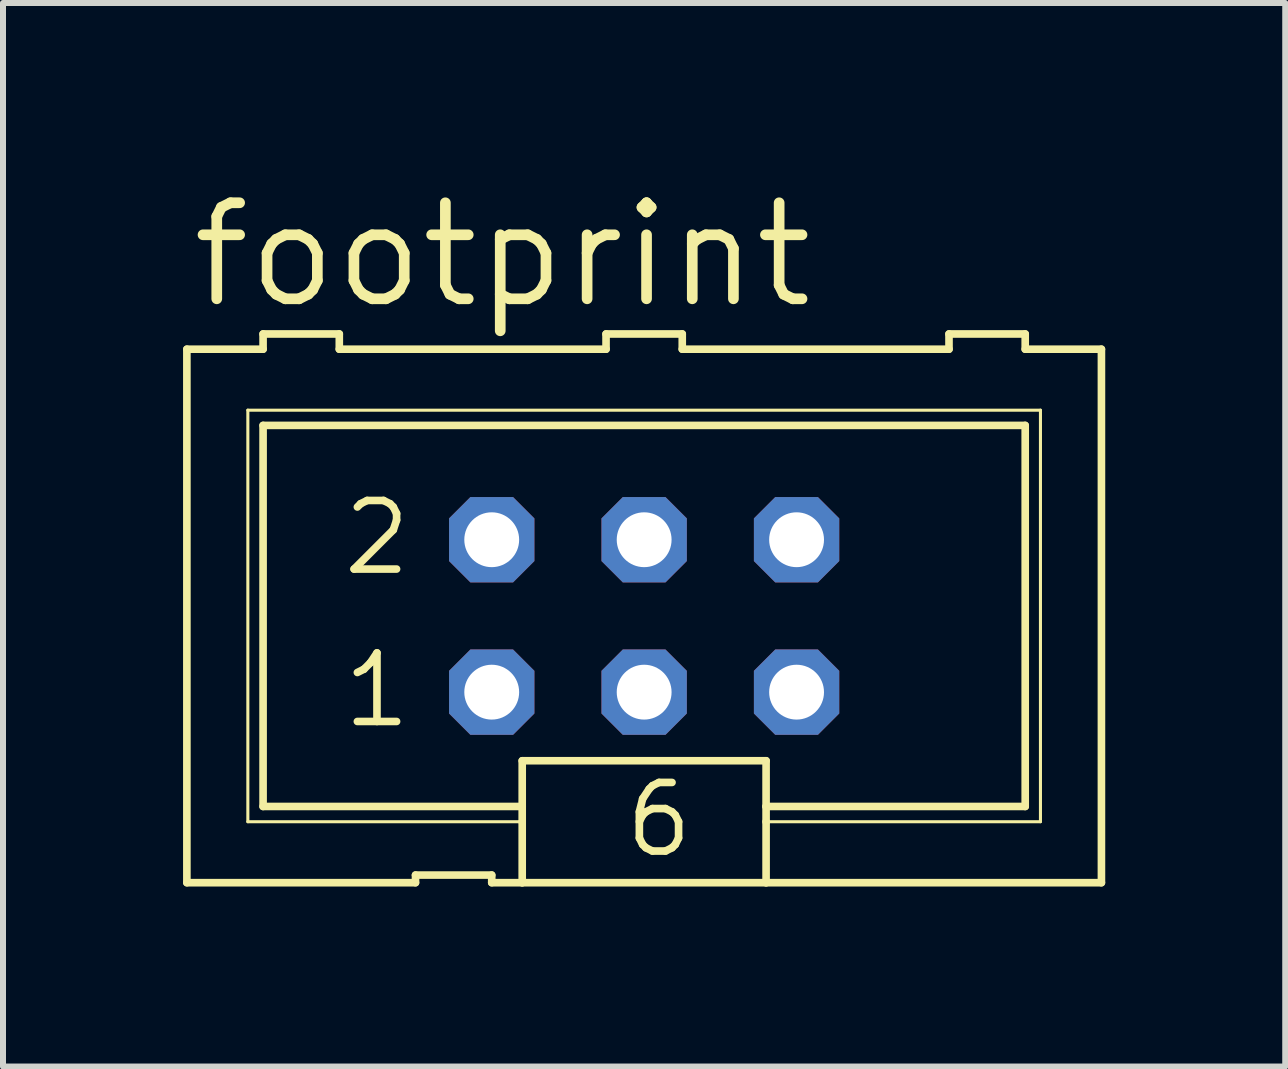
<source format=kicad_pcb>
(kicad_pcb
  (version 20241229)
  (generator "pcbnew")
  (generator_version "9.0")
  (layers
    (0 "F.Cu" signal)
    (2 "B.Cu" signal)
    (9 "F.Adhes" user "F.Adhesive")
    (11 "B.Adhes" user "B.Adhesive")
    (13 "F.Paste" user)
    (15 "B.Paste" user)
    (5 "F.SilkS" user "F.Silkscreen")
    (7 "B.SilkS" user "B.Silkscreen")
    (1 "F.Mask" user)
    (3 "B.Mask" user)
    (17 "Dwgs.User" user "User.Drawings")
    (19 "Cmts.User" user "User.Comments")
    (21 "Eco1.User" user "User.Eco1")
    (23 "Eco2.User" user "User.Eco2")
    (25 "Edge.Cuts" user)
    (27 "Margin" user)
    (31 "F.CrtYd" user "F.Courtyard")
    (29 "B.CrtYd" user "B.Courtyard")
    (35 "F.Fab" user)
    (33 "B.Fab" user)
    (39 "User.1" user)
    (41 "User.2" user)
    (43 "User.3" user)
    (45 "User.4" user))
  (footprint "footprint"
    (layer "F.Cu")
    (at 7.684 7.214)
    (property "Reference" "footprint" (at -7.62 -5.08 0) (layer "F.SilkS") (effects (font (size 1.6 1.6) (thickness 0.178)) (justify left bottom)))
    (fp_line (start -7.62 -4.445) (end -7.62 4.445) (stroke (width 0.127) (type solid)) (layer "F.SilkS"))
    (fp_line (start -7.62 -4.445) (end -6.35 -4.445) (stroke (width 0.127) (type solid)) (layer "F.SilkS"))
    (fp_line (start -6.604 -3.429) (end -6.604 3.429) (stroke (width 0.051) (type solid)) (layer "F.SilkS"))
    (fp_line (start -6.604 3.429) (end -2.032 3.429) (stroke (width 0.051) (type solid)) (layer "F.SilkS"))
    (fp_line (start -6.35 -4.699) (end -6.35 -4.445) (stroke (width 0.127) (type solid)) (layer "F.SilkS"))
    (fp_line (start -6.35 -3.175) (end -6.35 3.175) (stroke (width 0.127) (type solid)) (layer "F.SilkS"))
    (fp_line (start -6.35 -3.175) (end 6.35 -3.175) (stroke (width 0.127) (type solid)) (layer "F.SilkS"))
    (fp_line (start -5.08 -4.699) (end -6.35 -4.699) (stroke (width 0.127) (type solid)) (layer "F.SilkS"))
    (fp_line (start -5.08 -4.699) (end -5.08 -4.445) (stroke (width 0.127) (type solid)) (layer "F.SilkS"))
    (fp_line (start -5.08 -4.445) (end -0.635 -4.445) (stroke (width 0.127) (type solid)) (layer "F.SilkS"))
    (fp_line (start -3.81 4.445) (end -7.62 4.445) (stroke (width 0.127) (type solid)) (layer "F.SilkS"))
    (fp_line (start -3.81 4.445) (end -3.81 4.318) (stroke (width 0.127) (type solid)) (layer "F.SilkS"))
    (fp_line (start -2.54 4.318) (end -3.81 4.318) (stroke (width 0.127) (type solid)) (layer "F.SilkS"))
    (fp_line (start -2.54 4.318) (end -2.54 4.445) (stroke (width 0.127) (type solid)) (layer "F.SilkS"))
    (fp_line (start -2.032 3.175) (end -6.35 3.175) (stroke (width 0.127) (type solid)) (layer "F.SilkS"))
    (fp_line (start -2.032 3.175) (end -2.032 2.413) (stroke (width 0.127) (type solid)) (layer "F.SilkS"))
    (fp_line (start -2.032 3.175) (end -2.032 3.429) (stroke (width 0.127) (type solid)) (layer "F.SilkS"))
    (fp_line (start -2.032 3.429) (end -2.032 4.445) (stroke (width 0.127) (type solid)) (layer "F.SilkS"))
    (fp_line (start -2.032 4.445) (end -2.54 4.445) (stroke (width 0.127) (type solid)) (layer "F.SilkS"))
    (fp_line (start -0.635 -4.699) (end -0.635 -4.445) (stroke (width 0.127) (type solid)) (layer "F.SilkS"))
    (fp_line (start 0.635 -4.699) (end -0.635 -4.699) (stroke (width 0.127) (type solid)) (layer "F.SilkS"))
    (fp_line (start 0.635 -4.699) (end 0.635 -4.445) (stroke (width 0.127) (type solid)) (layer "F.SilkS"))
    (fp_line (start 0.635 -4.445) (end 5.08 -4.445) (stroke (width 0.127) (type solid)) (layer "F.SilkS"))
    (fp_line (start 2.032 2.413) (end -2.032 2.413) (stroke (width 0.127) (type solid)) (layer "F.SilkS"))
    (fp_line (start 2.032 2.413) (end 2.032 3.175) (stroke (width 0.127) (type solid)) (layer "F.SilkS"))
    (fp_line (start 2.032 3.175) (end 2.032 3.429) (stroke (width 0.127) (type solid)) (layer "F.SilkS"))
    (fp_line (start 2.032 3.429) (end 2.032 4.445) (stroke (width 0.127) (type solid)) (layer "F.SilkS"))
    (fp_line (start 2.032 3.429) (end 6.604 3.429) (stroke (width 0.051) (type solid)) (layer "F.SilkS"))
    (fp_line (start 2.032 4.445) (end -2.032 4.445) (stroke (width 0.127) (type solid)) (layer "F.SilkS"))
    (fp_line (start 5.08 -4.445) (end 5.08 -4.699) (stroke (width 0.127) (type solid)) (layer "F.SilkS"))
    (fp_line (start 6.35 -4.699) (end 5.08 -4.699) (stroke (width 0.127) (type solid)) (layer "F.SilkS"))
    (fp_line (start 6.35 -4.445) (end 6.35 -4.699) (stroke (width 0.127) (type solid)) (layer "F.SilkS"))
    (fp_line (start 6.35 -4.445) (end 7.62 -4.445) (stroke (width 0.127) (type solid)) (layer "F.SilkS"))
    (fp_line (start 6.35 3.175) (end 2.032 3.175) (stroke (width 0.127) (type solid)) (layer "F.SilkS"))
    (fp_line (start 6.35 3.175) (end 6.35 -3.175) (stroke (width 0.127) (type solid)) (layer "F.SilkS"))
    (fp_line (start 6.604 -3.429) (end -6.604 -3.429) (stroke (width 0.051) (type solid)) (layer "F.SilkS"))
    (fp_line (start 6.604 3.429) (end 6.604 -3.429) (stroke (width 0.051) (type solid)) (layer "F.SilkS"))
    (fp_line (start 7.62 4.445) (end 2.032 4.445) (stroke (width 0.127) (type solid)) (layer "F.SilkS"))
    (fp_line (start 7.62 4.445) (end 7.62 -4.445) (stroke (width 0.127) (type solid)) (layer "F.SilkS"))
    (fp_poly (pts (xy -2.794 -1.016) (xy -2.286 -1.016) (xy -2.286 -1.524) (xy -2.794 -1.524)) (stroke (width 0.1) (type solid)) (fill no) (layer "F.Fab"))
    (fp_poly (pts (xy -2.794 1.524) (xy -2.286 1.524) (xy -2.286 1.016) (xy -2.794 1.016)) (stroke (width 0.1) (type solid)) (fill no) (layer "F.Fab"))
    (fp_poly (pts (xy -0.254 -1.016) (xy 0.254 -1.016) (xy 0.254 -1.524) (xy -0.254 -1.524)) (stroke (width 0.1) (type solid)) (fill no) (layer "F.Fab"))
    (fp_poly (pts (xy -0.254 1.524) (xy 0.254 1.524) (xy 0.254 1.016) (xy -0.254 1.016)) (stroke (width 0.1) (type solid)) (fill no) (layer "F.Fab"))
    (fp_poly (pts (xy 2.286 -1.016) (xy 2.794 -1.016) (xy 2.794 -1.524) (xy 2.286 -1.524)) (stroke (width 0.1) (type solid)) (fill no) (layer "F.Fab"))
    (fp_poly (pts (xy 2.286 1.524) (xy 2.794 1.524) (xy 2.794 1.016) (xy 2.286 1.016)) (stroke (width 0.1) (type solid)) (fill no) (layer "F.Fab"))
    (fp_text user "1" (at -5.08 1.905 0) (layer "F.SilkS") (effects (font (size 1.143 1.143) (thickness 0.127)) (justify left bottom)))
    (fp_text user "2" (at -5.08 -0.635 0) (layer "F.SilkS") (effects (font (size 1.143 1.143) (thickness 0.127)) (justify left bottom)))
    (fp_text user "6" (at -0.381 4.064 0) (layer "F.SilkS") (effects (font (size 1.143 1.143) (thickness 0.127)) (justify left bottom)))
    (pad "1" thru_hole roundrect (at -2.54 1.27) (size 1.422 1.422) (drill 0.914) (layers "*.Cu" "*.Mask") (roundrect_rratio 0.25) (chamfer_ratio 0.25) (chamfer top_left top_right bottom_left bottom_right))
    (pad "2" thru_hole roundrect (at -2.54 -1.27) (size 1.422 1.422) (drill 0.914) (layers "*.Cu" "*.Mask") (roundrect_rratio 0.25) (chamfer_ratio 0.25) (chamfer top_left top_right bottom_left bottom_right))
    (pad "3" thru_hole roundrect (at 0 1.27) (size 1.422 1.422) (drill 0.914) (layers "*.Cu" "*.Mask") (roundrect_rratio 0.25) (chamfer_ratio 0.25) (chamfer top_left top_right bottom_left bottom_right))
    (pad "4" thru_hole roundrect (at 0 -1.27) (size 1.422 1.422) (drill 0.914) (layers "*.Cu" "*.Mask") (roundrect_rratio 0.25) (chamfer_ratio 0.25) (chamfer top_left top_right bottom_left bottom_right))
    (pad "5" thru_hole roundrect (at 2.54 1.27) (size 1.422 1.422) (drill 0.914) (layers "*.Cu" "*.Mask") (roundrect_rratio 0.25) (chamfer_ratio 0.25) (chamfer top_left top_right bottom_left bottom_right))
    (pad "6" thru_hole roundrect (at 2.54 -1.27) (size 1.422 1.422) (drill 0.914) (layers "*.Cu" "*.Mask") (roundrect_rratio 0.25) (chamfer_ratio 0.25) (chamfer top_left top_right bottom_left bottom_right)))
  (gr_rect
    (start -3 -3)
    (end 18.367 14.722)
    (stroke (width 0.1) (type default))
    (fill no)
    (layer "Edge.Cuts")))
</source>
